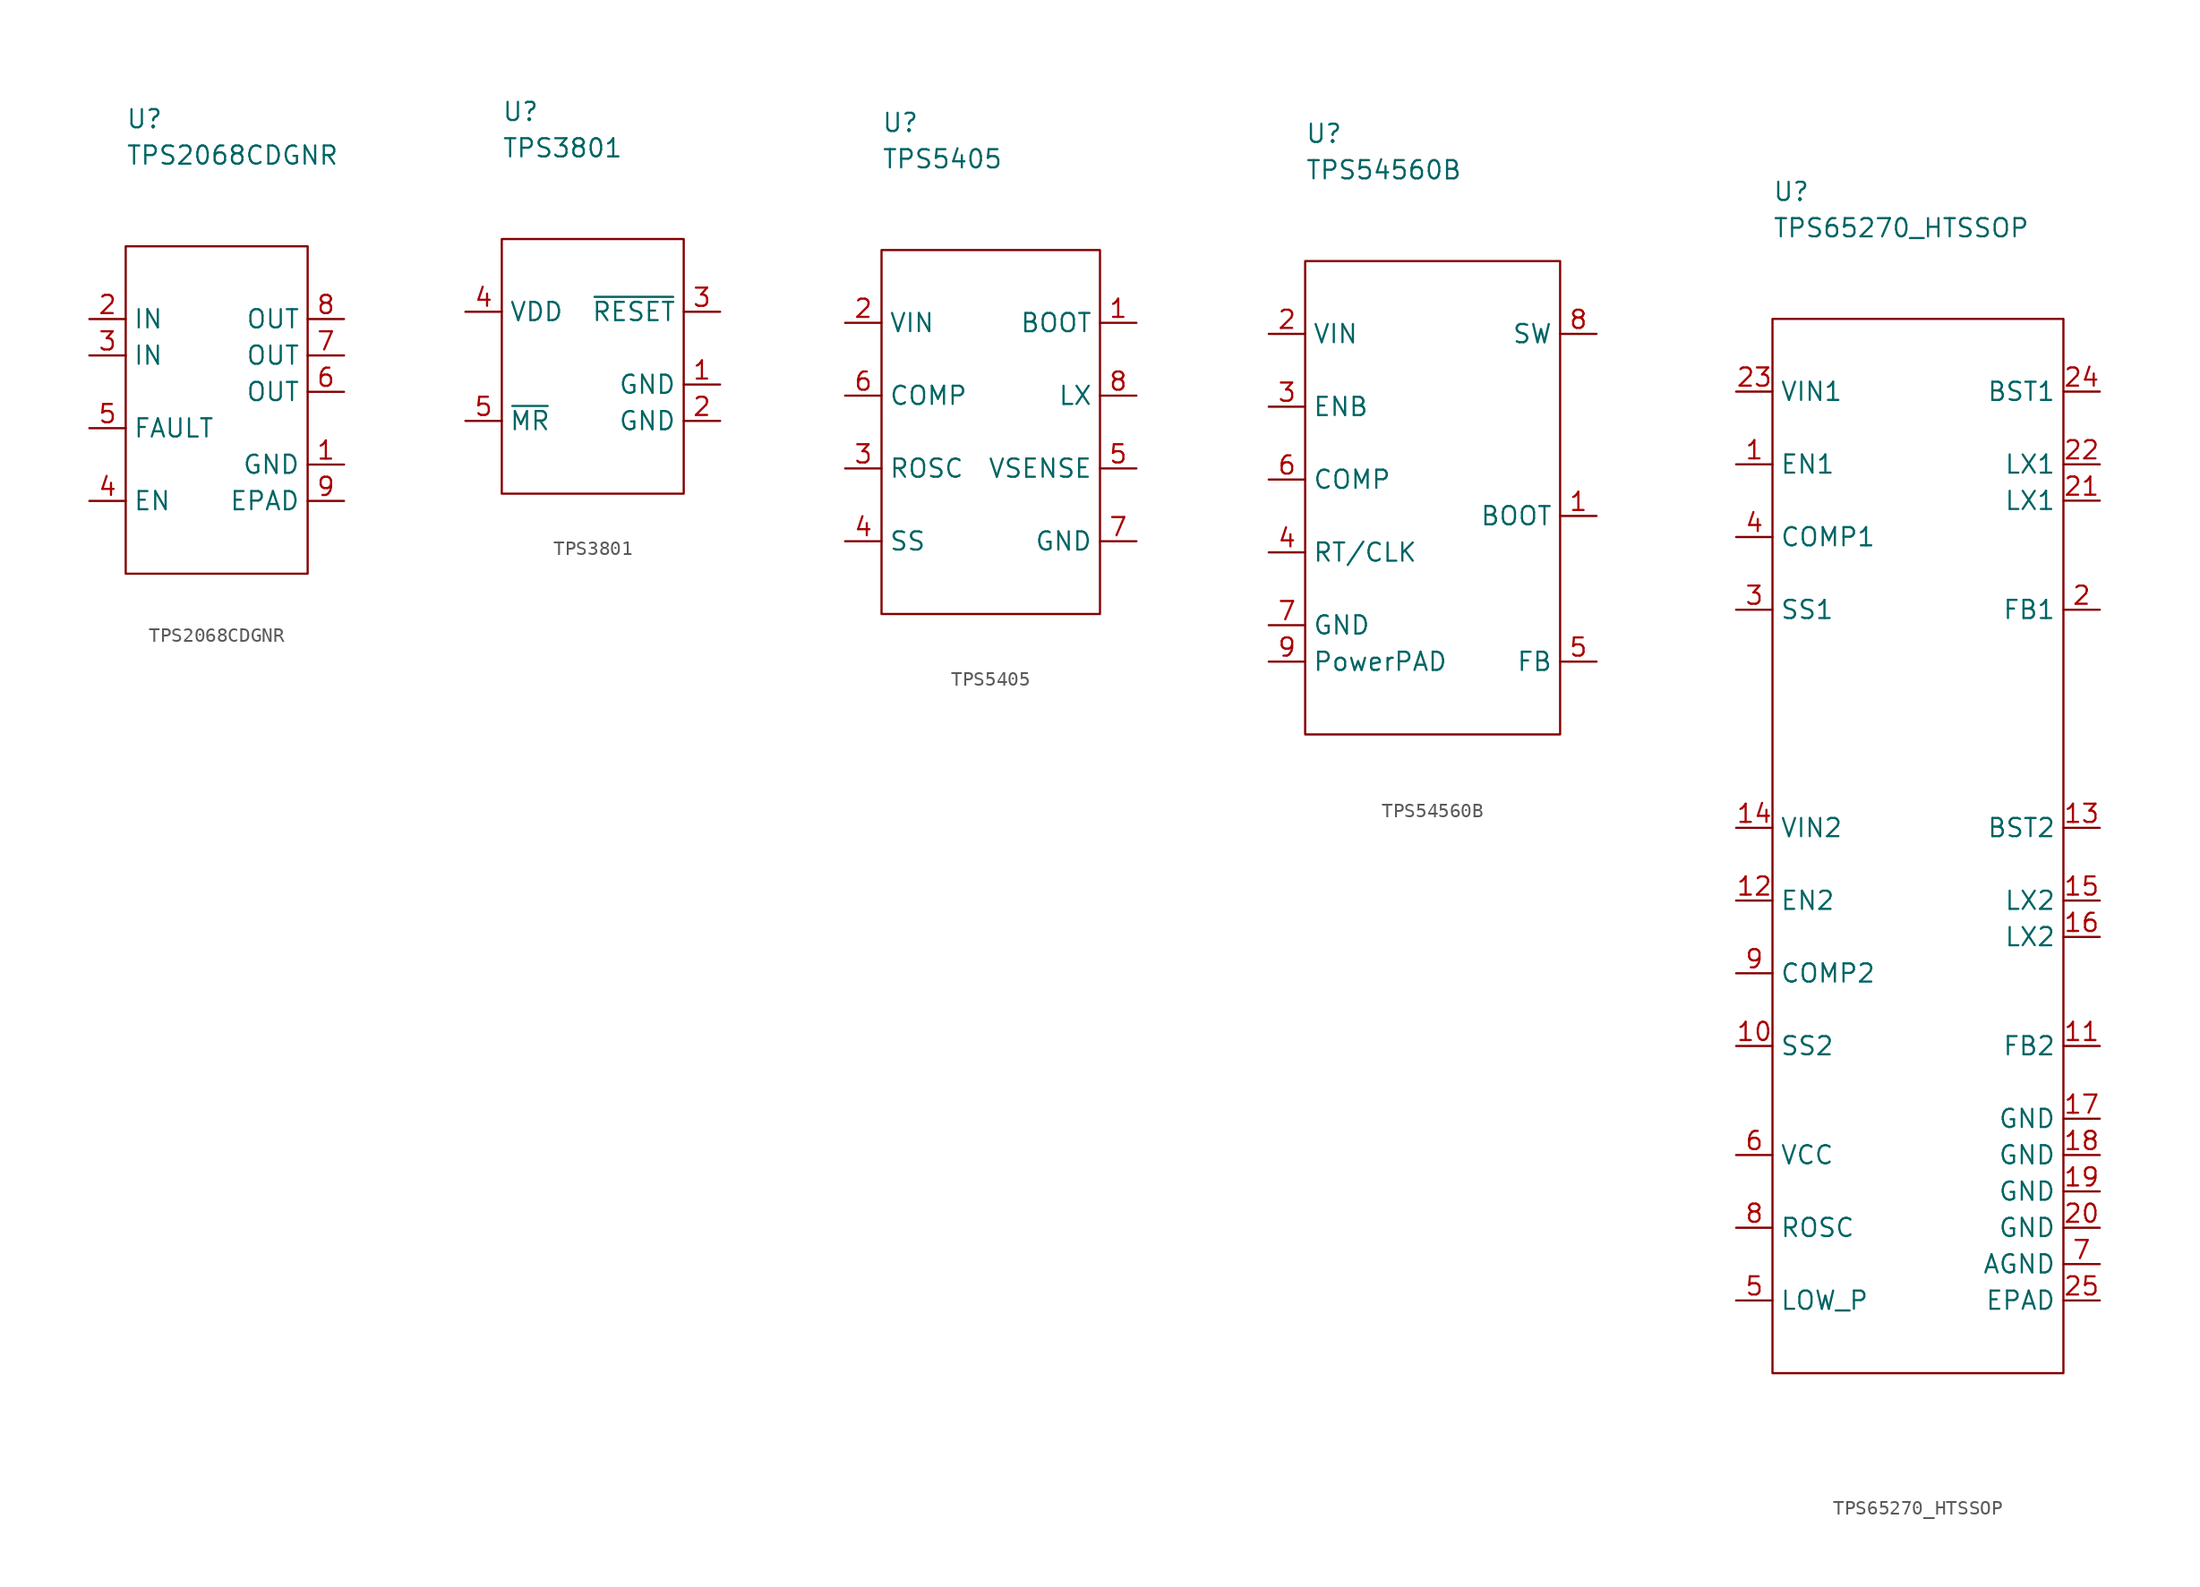
<source format=kicad_sym>
(kicad_symbol_lib
  (version 20211014)
  (generator kicad_symbol_editor)
  (symbol "TPS2068CDGNR"
    (property "Reference" "U"
      (at 0 8.89 0)
      (effects (font (size 1.27 1.27)) (justify left)))
    (property "Value" "TPS2068CDGNR"
      (at 0 6.35 0)
      (effects (font (size 1.27 1.27)) (justify left)))
    (symbol "TPS2068CDGNR_0_1"
      (rectangle (start 0 0) (end 12.7 -22.86) (stroke (width 0.152) (type default) (color 0 0 0 0)) (fill (type none))))
    (symbol "TPS2068CDGNR_1_1"
      (pin passive line (at 15.24 -15.24 180) (length 2.54) (name "GND" (effects (font (size 1.27 1.27)))) (number "1" (effects (font (size 1.27 1.27)))))
      (pin passive line (at -2.54 -5.08 0) (length 2.54) (name "IN" (effects (font (size 1.27 1.27)))) (number "2" (effects (font (size 1.27 1.27)))))
      (pin passive line (at -2.54 -7.62 0) (length 2.54) (name "IN" (effects (font (size 1.27 1.27)))) (number "3" (effects (font (size 1.27 1.27)))))
      (pin passive line (at -2.54 -17.78 0) (length 2.54) (name "EN" (effects (font (size 1.27 1.27)))) (number "4" (effects (font (size 1.27 1.27)))))
      (pin passive line (at -2.54 -12.7 0) (length 2.54) (name "FAULT" (effects (font (size 1.27 1.27)))) (number "5" (effects (font (size 1.27 1.27)))))
      (pin passive line (at 15.24 -10.16 180) (length 2.54) (name "OUT" (effects (font (size 1.27 1.27)))) (number "6" (effects (font (size 1.27 1.27)))))
      (pin passive line (at 15.24 -7.62 180) (length 2.54) (name "OUT" (effects (font (size 1.27 1.27)))) (number "7" (effects (font (size 1.27 1.27)))))
      (pin passive line (at 15.24 -5.08 180) (length 2.54) (name "OUT" (effects (font (size 1.27 1.27)))) (number "8" (effects (font (size 1.27 1.27)))))
      (pin passive line (at 15.24 -17.78 180) (length 2.54) (name "EPAD" (effects (font (size 1.27 1.27)))) (number "9" (effects (font (size 1.27 1.27)))))))
  (symbol "TPS3801"
    (property "Reference" "U"
      (at 0 8.89 0)
      (effects (font (size 1.27 1.27)) (justify left)))
    (property "Value" "TPS3801"
      (at 0 6.35 0)
      (effects (font (size 1.27 1.27)) (justify left)))
    (symbol "TPS3801_0_1"
      (rectangle (start 0 0) (end 12.7 -17.78) (stroke (width 0.152) (type default) (color 0 0 0 0)) (fill (type none))))
    (symbol "TPS3801_1_1"
      (pin passive line (at 15.24 -10.16 180) (length 2.54) (name "GND" (effects (font (size 1.27 1.27)))) (number "1" (effects (font (size 1.27 1.27)))))
      (pin passive line (at 15.24 -12.7 180) (length 2.54) (name "GND" (effects (font (size 1.27 1.27)))) (number "2" (effects (font (size 1.27 1.27)))))
      (pin passive line (at 15.24 -5.08 180) (length 2.54) (name "~{RESET}" (effects (font (size 1.27 1.27)))) (number "3" (effects (font (size 1.27 1.27)))))
      (pin passive line (at -2.54 -5.08 0) (length 2.54) (name "VDD" (effects (font (size 1.27 1.27)))) (number "4" (effects (font (size 1.27 1.27)))))
      (pin passive line (at -2.54 -12.7 0) (length 2.54) (name "~{MR}" (effects (font (size 1.27 1.27)))) (number "5" (effects (font (size 1.27 1.27)))))))
  (symbol "TPS5405"
    (property "Reference" "U"
      (at 0 8.89 0)
      (effects (font (size 1.27 1.27)) (justify left)))
    (property "Value" "TPS5405"
      (at 0 6.35 0)
      (effects (font (size 1.27 1.27)) (justify left)))
    (symbol "TPS5405_0_1"
      (rectangle (start 0 0) (end 15.24 -25.4) (stroke (width 0.152) (type default) (color 0 0 0 0)) (fill (type none))))
    (symbol "TPS5405_1_1"
      (pin passive line (at 17.78 -5.08 180) (length 2.54) (name "BOOT" (effects (font (size 1.27 1.27)))) (number "1" (effects (font (size 1.27 1.27)))))
      (pin passive line (at -2.54 -5.08 0) (length 2.54) (name "VIN" (effects (font (size 1.27 1.27)))) (number "2" (effects (font (size 1.27 1.27)))))
      (pin passive line (at -2.54 -15.24 0) (length 2.54) (name "ROSC" (effects (font (size 1.27 1.27)))) (number "3" (effects (font (size 1.27 1.27)))))
      (pin passive line (at -2.54 -20.32 0) (length 2.54) (name "SS" (effects (font (size 1.27 1.27)))) (number "4" (effects (font (size 1.27 1.27)))))
      (pin passive line (at 17.78 -15.24 180) (length 2.54) (name "VSENSE" (effects (font (size 1.27 1.27)))) (number "5" (effects (font (size 1.27 1.27)))))
      (pin passive line (at -2.54 -10.16 0) (length 2.54) (name "COMP" (effects (font (size 1.27 1.27)))) (number "6" (effects (font (size 1.27 1.27)))))
      (pin passive line (at 17.78 -20.32 180) (length 2.54) (name "GND" (effects (font (size 1.27 1.27)))) (number "7" (effects (font (size 1.27 1.27)))))
      (pin passive line (at 17.78 -10.16 180) (length 2.54) (name "LX" (effects (font (size 1.27 1.27)))) (number "8" (effects (font (size 1.27 1.27)))))))
  (symbol "TPS54560B"
    (property "Reference" "U"
      (at 0 8.89 0)
      (effects (font (size 1.27 1.27)) (justify left)))
    (property "Value" "TPS54560B"
      (at 0 6.35 0)
      (effects (font (size 1.27 1.27)) (justify left)))
    (symbol "TPS54560B_0_1"
      (rectangle (start 0 0) (end 17.78 -33.02) (stroke (width 0.152) (type default) (color 0 0 0 0)) (fill (type none))))
    (symbol "TPS54560B_1_1"
      (pin passive line (at 20.32 -17.78 180) (length 2.54) (name "BOOT" (effects (font (size 1.27 1.27)))) (number "1" (effects (font (size 1.27 1.27)))))
      (pin passive line (at -2.54 -5.08 0) (length 2.54) (name "VIN" (effects (font (size 1.27 1.27)))) (number "2" (effects (font (size 1.27 1.27)))))
      (pin passive line (at -2.54 -10.16 0) (length 2.54) (name "ENB" (effects (font (size 1.27 1.27)))) (number "3" (effects (font (size 1.27 1.27)))))
      (pin passive line (at -2.54 -20.32 0) (length 2.54) (name "RT/CLK" (effects (font (size 1.27 1.27)))) (number "4" (effects (font (size 1.27 1.27)))))
      (pin passive line (at 20.32 -27.94 180) (length 2.54) (name "FB" (effects (font (size 1.27 1.27)))) (number "5" (effects (font (size 1.27 1.27)))))
      (pin passive line (at -2.54 -15.24 0) (length 2.54) (name "COMP" (effects (font (size 1.27 1.27)))) (number "6" (effects (font (size 1.27 1.27)))))
      (pin passive line (at -2.54 -25.4 0) (length 2.54) (name "GND" (effects (font (size 1.27 1.27)))) (number "7" (effects (font (size 1.27 1.27)))))
      (pin passive line (at 20.32 -5.08 180) (length 2.54) (name "SW" (effects (font (size 1.27 1.27)))) (number "8" (effects (font (size 1.27 1.27)))))
      (pin passive line (at -2.54 -27.94 0) (length 2.54) (name "PowerPAD" (effects (font (size 1.27 1.27)))) (number "9" (effects (font (size 1.27 1.27)))))))
  (symbol "TPS65270_HTSSOP"
    (property "Reference" "U"
      (at 0 8.89 0)
      (effects (font (size 1.27 1.27)) (justify left)))
    (property "Value" "TPS65270_HTSSOP"
      (at 0 6.35 0)
      (effects (font (size 1.27 1.27)) (justify left)))
    (symbol "TPS65270_HTSSOP_0_1"
      (rectangle (start 0 0) (end 20.32 -73.66) (stroke (width 0.152) (type default) (color 0 0 0 0)) (fill (type none))))
    (symbol "TPS65270_HTSSOP_1_1"
      (pin passive line (at -2.54 -10.16 0) (length 2.54) (name "EN1" (effects (font (size 1.27 1.27)))) (number "1" (effects (font (size 1.27 1.27)))))
      (pin passive line (at -2.54 -50.8 0) (length 2.54) (name "SS2" (effects (font (size 1.27 1.27)))) (number "10" (effects (font (size 1.27 1.27)))))
      (pin passive line (at 22.86 -50.8 180) (length 2.54) (name "FB2" (effects (font (size 1.27 1.27)))) (number "11" (effects (font (size 1.27 1.27)))))
      (pin passive line (at -2.54 -40.64 0) (length 2.54) (name "EN2" (effects (font (size 1.27 1.27)))) (number "12" (effects (font (size 1.27 1.27)))))
      (pin passive line (at 22.86 -35.56 180) (length 2.54) (name "BST2" (effects (font (size 1.27 1.27)))) (number "13" (effects (font (size 1.27 1.27)))))
      (pin passive line (at -2.54 -35.56 0) (length 2.54) (name "VIN2" (effects (font (size 1.27 1.27)))) (number "14" (effects (font (size 1.27 1.27)))))
      (pin passive line (at 22.86 -40.64 180) (length 2.54) (name "LX2" (effects (font (size 1.27 1.27)))) (number "15" (effects (font (size 1.27 1.27)))))
      (pin passive line (at 22.86 -43.18 180) (length 2.54) (name "LX2" (effects (font (size 1.27 1.27)))) (number "16" (effects (font (size 1.27 1.27)))))
      (pin passive line (at 22.86 -55.88 180) (length 2.54) (name "GND" (effects (font (size 1.27 1.27)))) (number "17" (effects (font (size 1.27 1.27)))))
      (pin passive line (at 22.86 -58.42 180) (length 2.54) (name "GND" (effects (font (size 1.27 1.27)))) (number "18" (effects (font (size 1.27 1.27)))))
      (pin passive line (at 22.86 -60.96 180) (length 2.54) (name "GND" (effects (font (size 1.27 1.27)))) (number "19" (effects (font (size 1.27 1.27)))))
      (pin passive line (at 22.86 -20.32 180) (length 2.54) (name "FB1" (effects (font (size 1.27 1.27)))) (number "2" (effects (font (size 1.27 1.27)))))
      (pin passive line (at 22.86 -63.5 180) (length 2.54) (name "GND" (effects (font (size 1.27 1.27)))) (number "20" (effects (font (size 1.27 1.27)))))
      (pin passive line (at 22.86 -12.7 180) (length 2.54) (name "LX1" (effects (font (size 1.27 1.27)))) (number "21" (effects (font (size 1.27 1.27)))))
      (pin passive line (at 22.86 -10.16 180) (length 2.54) (name "LX1" (effects (font (size 1.27 1.27)))) (number "22" (effects (font (size 1.27 1.27)))))
      (pin passive line (at -2.54 -5.08 0) (length 2.54) (name "VIN1" (effects (font (size 1.27 1.27)))) (number "23" (effects (font (size 1.27 1.27)))))
      (pin passive line (at 22.86 -5.08 180) (length 2.54) (name "BST1" (effects (font (size 1.27 1.27)))) (number "24" (effects (font (size 1.27 1.27)))))
      (pin passive line (at 22.86 -68.58 180) (length 2.54) (name "EPAD" (effects (font (size 1.27 1.27)))) (number "25" (effects (font (size 1.27 1.27)))))
      (pin passive line (at -2.54 -20.32 0) (length 2.54) (name "SS1" (effects (font (size 1.27 1.27)))) (number "3" (effects (font (size 1.27 1.27)))))
      (pin passive line (at -2.54 -15.24 0) (length 2.54) (name "COMP1" (effects (font (size 1.27 1.27)))) (number "4" (effects (font (size 1.27 1.27)))))
      (pin passive line (at -2.54 -68.58 0) (length 2.54) (name "LOW_P" (effects (font (size 1.27 1.27)))) (number "5" (effects (font (size 1.27 1.27)))))
      (pin passive line (at -2.54 -58.42 0) (length 2.54) (name "VCC" (effects (font (size 1.27 1.27)))) (number "6" (effects (font (size 1.27 1.27)))))
      (pin passive line (at 22.86 -66.04 180) (length 2.54) (name "AGND" (effects (font (size 1.27 1.27)))) (number "7" (effects (font (size 1.27 1.27)))))
      (pin passive line (at -2.54 -63.5 0) (length 2.54) (name "ROSC" (effects (font (size 1.27 1.27)))) (number "8" (effects (font (size 1.27 1.27)))))
      (pin passive line (at -2.54 -45.72 0) (length 2.54) (name "COMP2" (effects (font (size 1.27 1.27)))) (number "9" (effects (font (size 1.27 1.27))))))))
</source>
